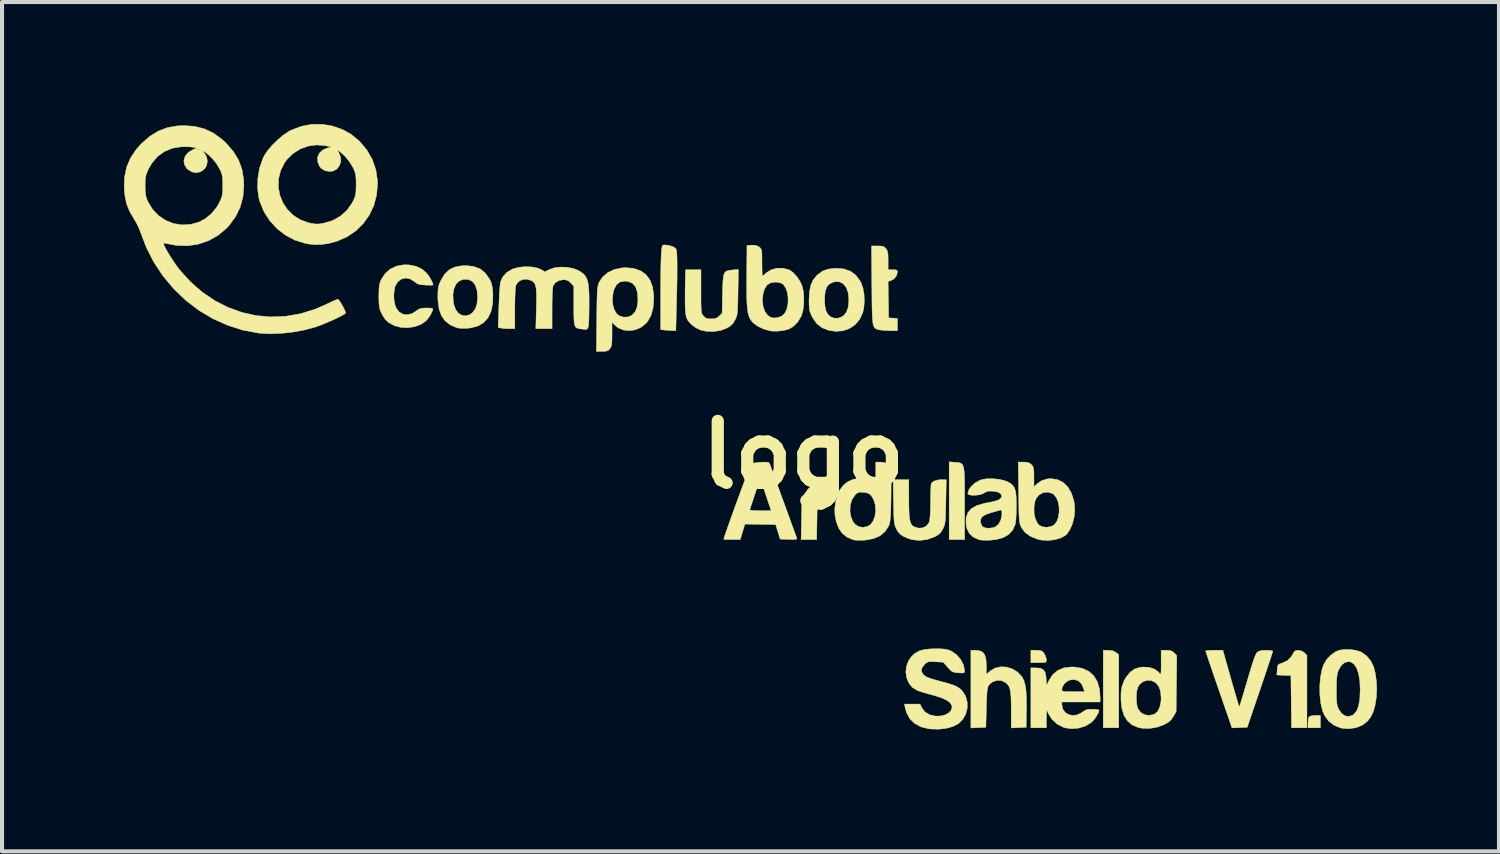
<source format=kicad_pcb>
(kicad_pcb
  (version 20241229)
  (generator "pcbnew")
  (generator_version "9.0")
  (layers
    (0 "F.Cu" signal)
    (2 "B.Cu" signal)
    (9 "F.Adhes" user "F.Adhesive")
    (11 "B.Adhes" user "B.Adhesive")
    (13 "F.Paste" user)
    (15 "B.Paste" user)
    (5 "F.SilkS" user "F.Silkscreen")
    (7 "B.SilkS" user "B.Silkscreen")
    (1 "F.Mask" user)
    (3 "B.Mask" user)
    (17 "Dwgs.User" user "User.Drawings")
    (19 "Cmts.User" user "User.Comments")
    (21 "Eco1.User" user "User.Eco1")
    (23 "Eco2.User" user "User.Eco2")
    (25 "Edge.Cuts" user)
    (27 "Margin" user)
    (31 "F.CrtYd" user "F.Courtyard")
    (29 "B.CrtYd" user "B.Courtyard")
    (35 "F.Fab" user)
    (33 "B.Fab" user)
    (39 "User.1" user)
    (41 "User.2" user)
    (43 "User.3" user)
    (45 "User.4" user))
  (footprint "logo"
    (layer "F.Cu")
    (at 16.702 8.133)
    (property "Reference" "logo" (at 0 0 0) (layer "F.SilkS") (effects (font (size 1.524 1.524) (thickness 0.3))))
    (attr through_hole)
    (fp_poly (pts (xy 7.608 4.818) (xy 7.688 4.858) (xy 7.755 4.911) (xy 7.755 6.712) (xy 7.373 6.712) (xy 7.373 4.805) (xy 7.497 4.805) (xy 7.608 4.818)) (stroke (width 0.01) (type solid)) (fill yes) (layer "F.SilkS"))
    (fp_poly (pts (xy 12.713 6.712) (xy 12.408 6.712) (xy 12.408 6.59) (xy 12.414 6.512) (xy 12.429 6.453) (xy 12.438 6.438) (xy 12.48 6.42) (xy 12.552 6.409) (xy 12.591 6.407) (xy 12.713 6.407) (xy 12.713 6.712)) (stroke (width 0.01) (type solid)) (fill yes) (layer "F.SilkS"))
    (fp_poly (pts (xy 5.785 4.809) (xy 5.847 4.818) (xy 5.859 4.821) (xy 5.906 4.861) (xy 5.947 4.931) (xy 5.972 5.011) (xy 5.975 5.046) (xy 5.973 5.079) (xy 5.959 5.098) (xy 5.923 5.107) (xy 5.854 5.11) (xy 5.784 5.111) (xy 5.594 5.111) (xy 5.594 4.805) (xy 5.706 4.805) (xy 5.785 4.809)) (stroke (width 0.01) (type solid)) (fill yes) (layer "F.SilkS"))
    (fp_poly (pts (xy 3.729 0.184) (xy 3.789 0.188) (xy 3.838 0.195) (xy 3.877 0.208) (xy 3.907 0.233) (xy 3.929 0.274) (xy 3.945 0.336) (xy 3.956 0.424) (xy 3.962 0.542) (xy 3.965 0.695) (xy 3.966 0.889) (xy 3.966 1.127) (xy 3.966 1.198) (xy 3.966 2.085) (xy 3.585 2.085) (xy 3.585 0.172) (xy 3.729 0.184)) (stroke (width 0.01) (type solid)) (fill yes) (layer "F.SilkS"))
    (fp_poly (pts (xy 12.266 4.828) (xy 12.32 4.868) (xy 12.382 4.93) (xy 12.382 6.712) (xy 12.002 6.712) (xy 11.988 5.428) (xy 11.815 5.421) (xy 11.642 5.413) (xy 11.65 5.284) (xy 11.656 5.207) (xy 11.672 5.165) (xy 11.708 5.141) (xy 11.768 5.121) (xy 11.9 5.061) (xy 11.996 4.965) (xy 12.039 4.891) (xy 12.074 4.833) (xy 12.118 4.809) (xy 12.168 4.805) (xy 12.266 4.828)) (stroke (width 0.01) (type solid)) (fill yes) (layer "F.SilkS"))
    (fp_poly (pts (xy 0.763 1.017) (xy 0.624 1.017) (xy 0.529 1.023) (xy 0.462 1.045) (xy 0.415 1.078) (xy 0.343 1.14) (xy 0.335 1.612) (xy 0.327 2.085) (xy -0.055 2.085) (xy -0.046 1.583) (xy -0.043 1.408) (xy -0.039 1.276) (xy -0.034 1.179) (xy -0.026 1.108) (xy -0.015 1.056) (xy -0.001 1.014) (xy 0.017 0.979) (xy 0.122 0.834) (xy 0.26 0.726) (xy 0.434 0.654) (xy 0.604 0.621) (xy 0.763 0.604) (xy 0.763 1.017)) (stroke (width 0.01) (type solid)) (fill yes) (layer "F.SilkS"))
    (fp_poly (pts (xy -3.314 -5.151) (xy -3.222 -5.124) (xy -3.153 -5.088) (xy -3.128 -5.06) (xy -3.117 -5.016) (xy -3.109 -4.929) (xy -3.105 -4.797) (xy -3.103 -4.62) (xy -3.104 -4.396) (xy -3.108 -4.124) (xy -3.116 -3.803) (xy -3.119 -3.68) (xy -3.135 -3.051) (xy -3.239 -3.055) (xy -3.331 -3.061) (xy -3.417 -3.068) (xy -3.426 -3.069) (xy -3.509 -3.08) (xy -3.509 -3.926) (xy -3.508 -4.139) (xy -3.507 -4.344) (xy -3.505 -4.534) (xy -3.502 -4.701) (xy -3.498 -4.837) (xy -3.494 -4.934) (xy -3.492 -4.967) (xy -3.483 -5.065) (xy -3.473 -5.123) (xy -3.458 -5.151) (xy -3.433 -5.16) (xy -3.41 -5.161) (xy -3.314 -5.151)) (stroke (width 0.01) (type solid)) (fill yes) (layer "F.SilkS"))
    (fp_poly (pts (xy 1.917 -5.133) (xy 1.972 -5.121) (xy 2.01 -5.094) (xy 2.032 -5.069) (xy 2.059 -5.027) (xy 2.075 -4.976) (xy 2.083 -4.902) (xy 2.085 -4.792) (xy 2.085 -4.777) (xy 2.085 -4.551) (xy 2.199 -4.551) (xy 2.271 -4.548) (xy 2.305 -4.534) (xy 2.314 -4.504) (xy 2.314 -4.501) (xy 2.291 -4.402) (xy 2.228 -4.325) (xy 2.169 -4.292) (xy 2.084 -4.261) (xy 2.091 -3.815) (xy 2.098 -3.369) (xy 2.206 -3.361) (xy 2.314 -3.353) (xy 2.314 -3.051) (xy 2.117 -3.053) (xy 2.01 -3.057) (xy 1.914 -3.066) (xy 1.847 -3.077) (xy 1.843 -3.078) (xy 1.806 -3.09) (xy 1.775 -3.104) (xy 1.751 -3.126) (xy 1.731 -3.16) (xy 1.716 -3.211) (xy 1.705 -3.284) (xy 1.697 -3.383) (xy 1.692 -3.513) (xy 1.688 -3.679) (xy 1.686 -3.886) (xy 1.684 -4.139) (xy 1.683 -4.176) (xy 1.676 -5.136) (xy 1.828 -5.136) (xy 1.917 -5.133)) (stroke (width 0.01) (type solid)) (fill yes) (layer "F.SilkS"))
    (fp_poly (pts (xy 4.328 4.815) (xy 4.406 4.849) (xy 4.458 4.912) (xy 4.488 5.011) (xy 4.5 5.151) (xy 4.5 5.206) (xy 4.5 5.395) (xy 4.589 5.318) (xy 4.708 5.245) (xy 4.846 5.212) (xy 4.991 5.217) (xy 5.133 5.26) (xy 5.262 5.337) (xy 5.367 5.447) (xy 5.378 5.463) (xy 5.42 5.542) (xy 5.45 5.641) (xy 5.472 5.767) (xy 5.484 5.926) (xy 5.488 6.124) (xy 5.486 6.293) (xy 5.479 6.7) (xy 5.295 6.707) (xy 5.111 6.715) (xy 5.111 6.268) (xy 5.109 6.08) (xy 5.104 5.935) (xy 5.093 5.826) (xy 5.076 5.744) (xy 5.05 5.684) (xy 5.014 5.636) (xy 4.97 5.598) (xy 4.873 5.551) (xy 4.765 5.545) (xy 4.66 5.578) (xy 4.574 5.646) (xy 4.558 5.667) (xy 4.542 5.698) (xy 4.529 5.742) (xy 4.519 5.806) (xy 4.512 5.897) (xy 4.506 6.024) (xy 4.501 6.193) (xy 4.5 6.217) (xy 4.488 6.7) (xy 4.119 6.715) (xy 4.119 4.805) (xy 4.219 4.805) (xy 4.328 4.815)) (stroke (width 0.01) (type solid)) (fill yes) (layer "F.SilkS"))
    (fp_poly (pts (xy 10.513 5.506) (xy 10.564 5.684) (xy 10.611 5.846) (xy 10.651 5.984) (xy 10.684 6.092) (xy 10.707 6.165) (xy 10.719 6.196) (xy 10.72 6.196) (xy 10.729 6.171) (xy 10.751 6.102) (xy 10.782 5.998) (xy 10.822 5.865) (xy 10.869 5.708) (xy 10.918 5.542) (xy 10.98 5.332) (xy 11.03 5.167) (xy 11.072 5.041) (xy 11.105 4.951) (xy 11.133 4.891) (xy 11.156 4.857) (xy 11.162 4.851) (xy 11.218 4.822) (xy 11.303 4.808) (xy 11.381 4.805) (xy 11.464 4.809) (xy 11.523 4.817) (xy 11.543 4.828) (xy 11.535 4.857) (xy 11.513 4.928) (xy 11.477 5.036) (xy 11.43 5.177) (xy 11.375 5.344) (xy 11.311 5.532) (xy 11.242 5.737) (xy 11.229 5.775) (xy 10.914 6.7) (xy 10.539 6.714) (xy 10.215 5.777) (xy 10.143 5.569) (xy 10.077 5.377) (xy 10.018 5.204) (xy 9.968 5.058) (xy 9.929 4.942) (xy 9.903 4.863) (xy 9.891 4.825) (xy 9.89 4.822) (xy 9.914 4.815) (xy 9.976 4.809) (xy 10.066 4.806) (xy 10.103 4.805) (xy 10.316 4.805) (xy 10.513 5.506)) (stroke (width 0.01) (type solid)) (fill yes) (layer "F.SilkS"))
    (fp_poly (pts (xy -1.606 -4.001) (xy -1.609 -3.818) (xy -1.612 -3.678) (xy -1.617 -3.574) (xy -1.623 -3.496) (xy -1.632 -3.438) (xy -1.645 -3.392) (xy -1.662 -3.351) (xy -1.678 -3.318) (xy -1.729 -3.233) (xy -1.791 -3.171) (xy -1.881 -3.116) (xy -2.033 -3.059) (xy -2.208 -3.031) (xy -2.384 -3.036) (xy -2.523 -3.067) (xy -2.644 -3.125) (xy -2.753 -3.205) (xy -2.835 -3.297) (xy -2.873 -3.37) (xy -2.888 -3.43) (xy -2.898 -3.515) (xy -2.905 -3.629) (xy -2.908 -3.778) (xy -2.908 -3.968) (xy -2.905 -4.202) (xy -2.898 -4.551) (xy -2.517 -4.551) (xy -2.517 -4.019) (xy -2.517 -3.841) (xy -2.516 -3.707) (xy -2.513 -3.61) (xy -2.509 -3.541) (xy -2.501 -3.494) (xy -2.489 -3.461) (xy -2.473 -3.436) (xy -2.456 -3.415) (xy -2.409 -3.37) (xy -2.357 -3.349) (xy -2.277 -3.343) (xy -2.266 -3.343) (xy -2.178 -3.349) (xy -2.118 -3.371) (xy -2.068 -3.413) (xy -1.998 -3.482) (xy -1.988 -3.954) (xy -1.983 -4.139) (xy -1.976 -4.279) (xy -1.965 -4.381) (xy -1.947 -4.452) (xy -1.919 -4.497) (xy -1.878 -4.523) (xy -1.823 -4.537) (xy -1.75 -4.545) (xy -1.744 -4.546) (xy -1.597 -4.558) (xy -1.606 -4.001)) (stroke (width 0.01) (type solid)) (fill yes) (layer "F.SilkS"))
    (fp_poly (pts (xy 2.594 1.074) (xy 2.595 1.275) (xy 2.6 1.431) (xy 2.609 1.549) (xy 2.625 1.635) (xy 2.647 1.696) (xy 2.678 1.737) (xy 2.717 1.765) (xy 2.72 1.767) (xy 2.831 1.802) (xy 2.936 1.795) (xy 3.025 1.75) (xy 3.086 1.672) (xy 3.101 1.634) (xy 3.11 1.575) (xy 3.118 1.478) (xy 3.124 1.352) (xy 3.127 1.209) (xy 3.128 1.131) (xy 3.129 0.991) (xy 3.132 0.869) (xy 3.137 0.772) (xy 3.143 0.712) (xy 3.147 0.697) (xy 3.208 0.647) (xy 3.308 0.617) (xy 3.395 0.61) (xy 3.514 0.61) (xy 3.505 1.151) (xy 3.501 1.331) (xy 3.498 1.468) (xy 3.493 1.571) (xy 3.486 1.647) (xy 3.476 1.704) (xy 3.462 1.75) (xy 3.444 1.793) (xy 3.432 1.818) (xy 3.386 1.897) (xy 3.333 1.952) (xy 3.255 2.002) (xy 3.222 2.018) (xy 3.045 2.082) (xy 2.858 2.105) (xy 2.677 2.087) (xy 2.603 2.065) (xy 2.475 2.012) (xy 2.385 1.956) (xy 2.322 1.885) (xy 2.28 1.809) (xy 2.261 1.765) (xy 2.247 1.718) (xy 2.237 1.661) (xy 2.229 1.585) (xy 2.224 1.482) (xy 2.22 1.345) (xy 2.217 1.166) (xy 2.216 1.151) (xy 2.208 0.61) (xy 2.593 0.61) (xy 2.594 1.074)) (stroke (width 0.01) (type solid)) (fill yes) (layer "F.SilkS"))
    (fp_poly (pts (xy -8.103 -4.632) (xy -7.948 -4.573) (xy -7.821 -4.471) (xy -7.719 -4.327) (xy -7.709 -4.31) (xy -7.674 -4.23) (xy -7.652 -4.146) (xy -7.638 -4.041) (xy -7.633 -3.951) (xy -7.639 -3.72) (xy -7.679 -3.526) (xy -7.754 -3.368) (xy -7.864 -3.247) (xy -8.007 -3.164) (xy -8.184 -3.119) (xy -8.273 -3.111) (xy -8.375 -3.11) (xy -8.465 -3.115) (xy -8.522 -3.125) (xy -8.684 -3.196) (xy -8.809 -3.294) (xy -8.899 -3.423) (xy -8.957 -3.586) (xy -8.984 -3.787) (xy -8.987 -3.892) (xy -8.986 -3.935) (xy -8.615 -3.935) (xy -8.606 -3.768) (xy -8.592 -3.69) (xy -8.547 -3.568) (xy -8.477 -3.479) (xy -8.389 -3.428) (xy -8.291 -3.418) (xy -8.192 -3.452) (xy -8.139 -3.492) (xy -8.067 -3.584) (xy -8.025 -3.704) (xy -8.009 -3.861) (xy -8.009 -3.881) (xy -8.024 -4.047) (xy -8.068 -4.175) (xy -8.138 -4.264) (xy -8.234 -4.311) (xy -8.354 -4.315) (xy -8.359 -4.314) (xy -8.463 -4.274) (xy -8.541 -4.194) (xy -8.592 -4.079) (xy -8.615 -3.935) (xy -8.986 -3.935) (xy -8.985 -4.011) (xy -8.978 -4.097) (xy -8.963 -4.167) (xy -8.934 -4.24) (xy -8.905 -4.301) (xy -8.816 -4.446) (xy -8.709 -4.549) (xy -8.577 -4.615) (xy -8.413 -4.647) (xy -8.289 -4.652) (xy -8.103 -4.632)) (stroke (width 0.01) (type solid)) (fill yes) (layer "F.SilkS"))
    (fp_poly (pts (xy 1.002 -4.57) (xy 1.159 -4.514) (xy 1.288 -4.419) (xy 1.393 -4.28) (xy 1.417 -4.236) (xy 1.465 -4.105) (xy 1.493 -3.944) (xy 1.5 -3.772) (xy 1.486 -3.606) (xy 1.461 -3.497) (xy 1.385 -3.332) (xy 1.274 -3.201) (xy 1.134 -3.105) (xy 0.971 -3.049) (xy 0.792 -3.035) (xy 0.61 -3.065) (xy 0.456 -3.127) (xy 0.334 -3.222) (xy 0.237 -3.357) (xy 0.216 -3.395) (xy 0.181 -3.469) (xy 0.159 -3.531) (xy 0.147 -3.599) (xy 0.141 -3.687) (xy 0.14 -3.81) (xy 0.14 -3.814) (xy 0.522 -3.814) (xy 0.531 -3.656) (xy 0.558 -3.538) (xy 0.606 -3.452) (xy 0.667 -3.396) (xy 0.759 -3.36) (xy 0.864 -3.362) (xy 0.963 -3.403) (xy 0.989 -3.421) (xy 1.056 -3.502) (xy 1.098 -3.611) (xy 1.117 -3.758) (xy 1.118 -3.827) (xy 1.102 -3.983) (xy 1.058 -4.109) (xy 0.988 -4.2) (xy 0.898 -4.251) (xy 0.791 -4.259) (xy 0.726 -4.243) (xy 0.637 -4.198) (xy 0.576 -4.129) (xy 0.54 -4.029) (xy 0.524 -3.892) (xy 0.522 -3.814) (xy 0.14 -3.814) (xy 0.15 -4.007) (xy 0.181 -4.163) (xy 0.236 -4.29) (xy 0.318 -4.397) (xy 0.356 -4.433) (xy 0.47 -4.516) (xy 0.602 -4.565) (xy 0.762 -4.585) (xy 0.814 -4.587) (xy 1.002 -4.57)) (stroke (width 0.01) (type solid)) (fill yes) (layer "F.SilkS"))
    (fp_poly (pts (xy 9.014 4.811) (xy 9.075 4.834) (xy 9.118 4.87) (xy 9.182 4.934) (xy 9.166 6.318) (xy 9.096 6.437) (xy 9.043 6.514) (xy 8.978 6.572) (xy 8.884 6.626) (xy 8.865 6.636) (xy 8.693 6.698) (xy 8.508 6.728) (xy 8.328 6.723) (xy 8.236 6.705) (xy 8.086 6.641) (xy 7.969 6.543) (xy 7.885 6.409) (xy 7.832 6.237) (xy 7.81 6.047) (xy 7.81 5.921) (xy 8.188 5.921) (xy 8.189 6.052) (xy 8.205 6.171) (xy 8.228 6.245) (xy 8.297 6.336) (xy 8.393 6.391) (xy 8.505 6.407) (xy 8.621 6.38) (xy 8.643 6.37) (xy 8.713 6.307) (xy 8.764 6.203) (xy 8.792 6.069) (xy 8.797 5.974) (xy 8.782 5.813) (xy 8.736 5.689) (xy 8.658 5.599) (xy 8.657 5.598) (xy 8.56 5.551) (xy 8.453 5.545) (xy 8.35 5.578) (xy 8.266 5.647) (xy 8.229 5.704) (xy 8.201 5.798) (xy 8.188 5.921) (xy 7.81 5.921) (xy 7.81 5.855) (xy 7.833 5.698) (xy 7.881 5.563) (xy 7.937 5.465) (xy 8.036 5.344) (xy 8.143 5.267) (xy 8.272 5.226) (xy 8.351 5.217) (xy 8.502 5.225) (xy 8.632 5.267) (xy 8.732 5.339) (xy 8.757 5.37) (xy 8.774 5.39) (xy 8.785 5.391) (xy 8.792 5.365) (xy 8.796 5.306) (xy 8.797 5.207) (xy 8.797 5.116) (xy 8.797 4.805) (xy 8.925 4.805) (xy 9.014 4.811)) (stroke (width 0.01) (type solid)) (fill yes) (layer "F.SilkS"))
    (fp_poly (pts (xy -9.696 -4.67) (xy -9.516 -4.634) (xy -9.368 -4.561) (xy -9.259 -4.463) (xy -9.208 -4.396) (xy -9.159 -4.315) (xy -9.121 -4.239) (xy -9.103 -4.183) (xy -9.102 -4.177) (xy -9.126 -4.172) (xy -9.187 -4.171) (xy -9.274 -4.173) (xy -9.289 -4.174) (xy -9.391 -4.181) (xy -9.459 -4.195) (xy -9.512 -4.22) (xy -9.566 -4.263) (xy -9.57 -4.265) (xy -9.674 -4.328) (xy -9.783 -4.346) (xy -9.885 -4.32) (xy -9.972 -4.255) (xy -10.033 -4.153) (xy -10.042 -4.124) (xy -10.067 -3.976) (xy -10.065 -3.822) (xy -10.039 -3.681) (xy -10.011 -3.609) (xy -9.938 -3.512) (xy -9.842 -3.457) (xy -9.732 -3.445) (xy -9.615 -3.476) (xy -9.507 -3.545) (xy -9.454 -3.582) (xy -9.398 -3.602) (xy -9.319 -3.61) (xy -9.264 -3.61) (xy -9.176 -3.609) (xy -9.128 -3.604) (xy -9.111 -3.59) (xy -9.113 -3.563) (xy -9.116 -3.553) (xy -9.161 -3.452) (xy -9.23 -3.348) (xy -9.285 -3.287) (xy -9.407 -3.205) (xy -9.558 -3.15) (xy -9.725 -3.126) (xy -9.894 -3.133) (xy -10.05 -3.174) (xy -10.081 -3.188) (xy -10.197 -3.253) (xy -10.282 -3.333) (xy -10.352 -3.441) (xy -10.379 -3.496) (xy -10.406 -3.563) (xy -10.423 -3.629) (xy -10.433 -3.711) (xy -10.437 -3.82) (xy -10.437 -3.903) (xy -10.435 -4.038) (xy -10.429 -4.136) (xy -10.416 -4.21) (xy -10.394 -4.274) (xy -10.383 -4.299) (xy -10.287 -4.452) (xy -10.159 -4.567) (xy -10.002 -4.641) (xy -9.822 -4.673) (xy -9.696 -4.67)) (stroke (width 0.01) (type solid)) (fill yes) (layer "F.SilkS"))
    (fp_poly (pts (xy -4.165 -4.583) (xy -4 -4.525) (xy -3.868 -4.43) (xy -3.77 -4.297) (xy -3.707 -4.127) (xy -3.678 -3.92) (xy -3.677 -3.827) (xy -3.695 -3.608) (xy -3.746 -3.426) (xy -3.83 -3.278) (xy -3.869 -3.232) (xy -3.99 -3.135) (xy -4.129 -3.075) (xy -4.275 -3.052) (xy -4.419 -3.067) (xy -4.549 -3.12) (xy -4.64 -3.193) (xy -4.704 -3.262) (xy -4.704 -2.969) (xy -4.705 -2.839) (xy -4.709 -2.749) (xy -4.718 -2.688) (xy -4.733 -2.646) (xy -4.756 -2.611) (xy -4.756 -2.61) (xy -4.795 -2.57) (xy -4.842 -2.55) (xy -4.914 -2.543) (xy -4.949 -2.543) (xy -5.088 -2.543) (xy -5.08 -3.337) (xy -5.078 -3.561) (xy -5.075 -3.74) (xy -5.073 -3.827) (xy -4.695 -3.827) (xy -4.683 -3.683) (xy -4.645 -3.559) (xy -4.584 -3.463) (xy -4.529 -3.42) (xy -4.423 -3.386) (xy -4.312 -3.39) (xy -4.216 -3.431) (xy -4.208 -3.437) (xy -4.136 -3.516) (xy -4.091 -3.623) (xy -4.07 -3.765) (xy -4.068 -3.841) (xy -4.082 -4.007) (xy -4.125 -4.131) (xy -4.198 -4.215) (xy -4.302 -4.261) (xy -4.402 -4.271) (xy -4.509 -4.249) (xy -4.593 -4.183) (xy -4.653 -4.072) (xy -4.678 -3.98) (xy -4.695 -3.827) (xy -5.073 -3.827) (xy -5.072 -3.88) (xy -5.068 -3.987) (xy -5.063 -4.068) (xy -5.055 -4.128) (xy -5.046 -4.174) (xy -5.034 -4.212) (xy -5.019 -4.247) (xy -4.931 -4.378) (xy -4.805 -4.483) (xy -4.648 -4.557) (xy -4.467 -4.596) (xy -4.364 -4.602) (xy -4.165 -4.583)) (stroke (width 0.01) (type solid)) (fill yes) (layer "F.SilkS"))
    (fp_poly (pts (xy 13.449 4.787) (xy 13.592 4.808) (xy 13.711 4.847) (xy 13.721 4.852) (xy 13.847 4.942) (xy 13.952 5.067) (xy 14.021 5.209) (xy 14.063 5.374) (xy 14.09 5.567) (xy 14.099 5.769) (xy 14.089 5.959) (xy 14.087 5.977) (xy 14.055 6.172) (xy 14.009 6.327) (xy 13.947 6.451) (xy 13.87 6.55) (xy 13.743 6.647) (xy 13.589 6.709) (xy 13.417 6.735) (xy 13.239 6.721) (xy 13.209 6.714) (xy 13.049 6.65) (xy 12.915 6.546) (xy 12.813 6.407) (xy 12.764 6.289) (xy 12.721 6.101) (xy 12.699 5.89) (xy 12.699 5.784) (xy 13.107 5.784) (xy 13.108 5.93) (xy 13.111 6.036) (xy 13.118 6.113) (xy 13.13 6.172) (xy 13.149 6.223) (xy 13.165 6.257) (xy 13.235 6.359) (xy 13.32 6.418) (xy 13.413 6.432) (xy 13.508 6.4) (xy 13.534 6.381) (xy 13.603 6.298) (xy 13.652 6.173) (xy 13.681 6.003) (xy 13.691 5.787) (xy 13.691 5.784) (xy 13.682 5.567) (xy 13.653 5.388) (xy 13.606 5.247) (xy 13.542 5.149) (xy 13.463 5.095) (xy 13.404 5.085) (xy 13.308 5.109) (xy 13.225 5.18) (xy 13.16 5.291) (xy 13.153 5.308) (xy 13.133 5.371) (xy 13.12 5.445) (xy 13.111 5.54) (xy 13.108 5.668) (xy 13.107 5.784) (xy 12.699 5.784) (xy 12.698 5.672) (xy 12.716 5.46) (xy 12.754 5.271) (xy 12.794 5.156) (xy 12.865 5.036) (xy 12.966 4.927) (xy 13.08 4.844) (xy 13.174 4.804) (xy 13.302 4.785) (xy 13.449 4.787)) (stroke (width 0.01) (type solid)) (fill yes) (layer "F.SilkS"))
    (fp_poly (pts (xy 2.02 0.196) (xy 2.103 0.251) (xy 2.15 0.339) (xy 2.15 0.342) (xy 2.154 0.384) (xy 2.157 0.469) (xy 2.159 0.589) (xy 2.159 0.737) (xy 2.158 0.903) (xy 2.156 1.022) (xy 2.153 1.223) (xy 2.149 1.379) (xy 2.143 1.499) (xy 2.136 1.589) (xy 2.127 1.655) (xy 2.116 1.704) (xy 2.102 1.742) (xy 2.014 1.882) (xy 1.891 1.988) (xy 1.731 2.059) (xy 1.534 2.096) (xy 1.476 2.1) (xy 1.373 2.102) (xy 1.283 2.098) (xy 1.223 2.089) (xy 1.22 2.088) (xy 1.069 2.021) (xy 0.953 1.926) (xy 0.867 1.8) (xy 0.807 1.636) (xy 0.776 1.472) (xy 0.774 1.37) (xy 1.146 1.37) (xy 1.166 1.512) (xy 1.218 1.639) (xy 1.272 1.708) (xy 1.363 1.766) (xy 1.47 1.783) (xy 1.578 1.76) (xy 1.648 1.717) (xy 1.717 1.628) (xy 1.76 1.508) (xy 1.777 1.372) (xy 1.768 1.233) (xy 1.731 1.104) (xy 1.669 1.001) (xy 1.615 0.955) (xy 1.542 0.93) (xy 1.481 0.922) (xy 1.399 0.917) (xy 1.346 0.928) (xy 1.3 0.96) (xy 1.275 0.984) (xy 1.2 1.092) (xy 1.157 1.225) (xy 1.146 1.37) (xy 0.774 1.37) (xy 0.773 1.325) (xy 0.793 1.161) (xy 0.834 1.003) (xy 0.888 0.877) (xy 0.985 0.747) (xy 1.105 0.653) (xy 1.241 0.598) (xy 1.382 0.582) (xy 1.522 0.609) (xy 1.65 0.679) (xy 1.68 0.704) (xy 1.78 0.794) (xy 1.78 0.178) (xy 1.902 0.178) (xy 2.02 0.196)) (stroke (width 0.01) (type solid)) (fill yes) (layer "F.SilkS"))
    (fp_poly (pts (xy 5.505 0.184) (xy 5.565 0.206) (xy 5.607 0.24) (xy 5.637 0.274) (xy 5.655 0.311) (xy 5.665 0.364) (xy 5.669 0.445) (xy 5.67 0.544) (xy 5.67 0.786) (xy 5.734 0.722) (xy 5.852 0.638) (xy 5.997 0.592) (xy 6.089 0.585) (xy 6.247 0.608) (xy 6.385 0.676) (xy 6.5 0.787) (xy 6.589 0.936) (xy 6.649 1.122) (xy 6.664 1.196) (xy 6.674 1.359) (xy 6.658 1.528) (xy 6.618 1.69) (xy 6.558 1.832) (xy 6.482 1.944) (xy 6.443 1.981) (xy 6.326 2.046) (xy 6.178 2.088) (xy 6.015 2.106) (xy 5.854 2.096) (xy 5.753 2.073) (xy 5.578 2.001) (xy 5.448 1.906) (xy 5.362 1.789) (xy 5.361 1.786) (xy 5.344 1.75) (xy 5.33 1.713) (xy 5.319 1.671) (xy 5.312 1.616) (xy 5.306 1.542) (xy 5.301 1.444) (xy 5.298 1.313) (xy 5.298 1.284) (xy 5.672 1.284) (xy 5.674 1.429) (xy 5.701 1.563) (xy 5.75 1.672) (xy 5.804 1.735) (xy 5.884 1.77) (xy 5.985 1.78) (xy 6.086 1.764) (xy 6.16 1.729) (xy 6.227 1.648) (xy 6.269 1.538) (xy 6.289 1.411) (xy 6.287 1.278) (xy 6.263 1.152) (xy 6.217 1.045) (xy 6.151 0.968) (xy 6.125 0.952) (xy 6.01 0.918) (xy 5.898 0.929) (xy 5.799 0.981) (xy 5.725 1.069) (xy 5.696 1.139) (xy 5.672 1.284) (xy 5.298 1.284) (xy 5.296 1.145) (xy 5.293 0.933) (xy 5.293 0.922) (xy 5.285 0.178) (xy 5.415 0.178) (xy 5.505 0.184)) (stroke (width 0.01) (type solid)) (fill yes) (layer "F.SilkS"))
    (fp_poly (pts (xy -0.882 0.182) (xy -0.847 0.193) (xy -0.83 0.214) (xy -0.828 0.22) (xy -0.815 0.254) (xy -0.787 0.33) (xy -0.746 0.443) (xy -0.694 0.586) (xy -0.632 0.755) (xy -0.564 0.943) (xy -0.49 1.144) (xy -0.417 1.345) (xy -0.349 1.532) (xy -0.289 1.698) (xy -0.237 1.84) (xy -0.197 1.95) (xy -0.17 2.023) (xy -0.159 2.054) (xy -0.159 2.054) (xy -0.164 2.07) (xy -0.198 2.079) (xy -0.271 2.082) (xy -0.358 2.08) (xy -0.57 2.072) (xy -0.681 1.716) (xy -1.437 1.703) (xy -1.494 1.894) (xy -1.552 2.085) (xy -1.755 2.085) (xy -1.849 2.084) (xy -1.92 2.08) (xy -1.956 2.075) (xy -1.958 2.073) (xy -1.949 2.041) (xy -1.925 1.967) (xy -1.888 1.859) (xy -1.84 1.723) (xy -1.784 1.565) (xy -1.722 1.392) (xy -1.703 1.341) (xy -1.316 1.341) (xy -1.309 1.356) (xy -1.27 1.366) (xy -1.194 1.371) (xy -1.074 1.373) (xy -1.06 1.373) (xy -0.792 1.373) (xy -0.913 1.011) (xy -0.956 0.881) (xy -0.995 0.766) (xy -1.025 0.677) (xy -1.043 0.621) (xy -1.047 0.61) (xy -1.059 0.62) (xy -1.083 0.67) (xy -1.116 0.755) (xy -1.157 0.866) (xy -1.182 0.941) (xy -1.225 1.071) (xy -1.263 1.186) (xy -1.293 1.275) (xy -1.312 1.33) (xy -1.316 1.341) (xy -1.703 1.341) (xy -1.656 1.211) (xy -1.589 1.028) (xy -1.523 0.849) (xy -1.46 0.681) (xy -1.403 0.53) (xy -1.354 0.403) (xy -1.316 0.306) (xy -1.291 0.246) (xy -1.282 0.229) (xy -1.227 0.204) (xy -1.122 0.187) (xy -1.045 0.182) (xy -0.944 0.179) (xy -0.882 0.182)) (stroke (width 0.01) (type solid)) (fill yes) (layer "F.SilkS"))
    (fp_poly (pts (xy 6.67 5.217) (xy 6.86 5.25) (xy 7.017 5.322) (xy 7.14 5.431) (xy 7.228 5.576) (xy 7.281 5.756) (xy 7.297 5.951) (xy 7.297 6.077) (xy 6.356 6.077) (xy 6.356 6.142) (xy 6.378 6.249) (xy 6.436 6.332) (xy 6.521 6.386) (xy 6.623 6.408) (xy 6.732 6.394) (xy 6.839 6.341) (xy 6.852 6.331) (xy 6.914 6.288) (xy 6.972 6.264) (xy 7.048 6.256) (xy 7.11 6.255) (xy 7.199 6.259) (xy 7.256 6.269) (xy 7.272 6.281) (xy 7.255 6.341) (xy 7.212 6.42) (xy 7.153 6.503) (xy 7.088 6.573) (xy 7.075 6.583) (xy 6.938 6.667) (xy 6.775 6.719) (xy 6.603 6.735) (xy 6.44 6.714) (xy 6.401 6.702) (xy 6.243 6.621) (xy 6.115 6.506) (xy 6.024 6.363) (xy 6.009 6.325) (xy 5.995 6.291) (xy 5.986 6.286) (xy 5.981 6.315) (xy 5.978 6.385) (xy 5.977 6.477) (xy 5.975 6.712) (xy 5.594 6.712) (xy 5.594 5.761) (xy 6.356 5.761) (xy 6.358 5.788) (xy 6.368 5.805) (xy 6.397 5.816) (xy 6.452 5.821) (xy 6.543 5.822) (xy 6.634 5.822) (xy 6.912 5.822) (xy 6.891 5.75) (xy 6.839 5.631) (xy 6.762 5.556) (xy 6.661 5.526) (xy 6.568 5.533) (xy 6.487 5.567) (xy 6.415 5.631) (xy 6.368 5.708) (xy 6.356 5.761) (xy 5.594 5.761) (xy 5.594 5.238) (xy 5.718 5.238) (xy 5.827 5.247) (xy 5.899 5.281) (xy 5.943 5.347) (xy 5.966 5.452) (xy 5.97 5.502) (xy 5.981 5.672) (xy 6.038 5.549) (xy 6.13 5.406) (xy 6.253 5.302) (xy 6.406 5.238) (xy 6.59 5.215) (xy 6.67 5.217)) (stroke (width 0.01) (type solid)) (fill yes) (layer "F.SilkS"))
    (fp_poly (pts (xy -1.176 -5.153) (xy -1.107 -5.125) (xy -1.086 -5.11) (xy -1.058 -5.086) (xy -1.038 -5.061) (xy -1.027 -5.025) (xy -1.02 -4.969) (xy -1.018 -4.882) (xy -1.017 -4.756) (xy -1.017 -4.727) (xy -1.016 -4.605) (xy -1.014 -4.503) (xy -1.011 -4.431) (xy -1.007 -4.399) (xy -1.006 -4.399) (xy -0.982 -4.414) (xy -0.935 -4.453) (xy -0.913 -4.473) (xy -0.796 -4.548) (xy -0.656 -4.587) (xy -0.507 -4.59) (xy -0.364 -4.554) (xy -0.328 -4.537) (xy -0.242 -4.473) (xy -0.156 -4.377) (xy -0.081 -4.264) (xy -0.033 -4.16) (xy -0.001 -4.026) (xy 0.013 -3.867) (xy 0.01 -3.701) (xy -0.01 -3.546) (xy -0.046 -3.421) (xy -0.048 -3.417) (xy -0.134 -3.271) (xy -0.246 -3.157) (xy -0.356 -3.093) (xy -0.478 -3.059) (xy -0.623 -3.041) (xy -0.767 -3.042) (xy -0.838 -3.052) (xy -0.982 -3.095) (xy -1.115 -3.159) (xy -1.224 -3.235) (xy -1.285 -3.303) (xy -1.316 -3.356) (xy -1.341 -3.417) (xy -1.361 -3.491) (xy -1.375 -3.584) (xy -1.385 -3.702) (xy -1.389 -3.801) (xy -1.007 -3.801) (xy -0.991 -3.654) (xy -0.947 -3.527) (xy -0.876 -3.43) (xy -0.801 -3.379) (xy -0.72 -3.365) (xy -0.622 -3.377) (xy -0.531 -3.411) (xy -0.516 -3.421) (xy -0.449 -3.493) (xy -0.402 -3.599) (xy -0.378 -3.726) (xy -0.375 -3.861) (xy -0.394 -3.992) (xy -0.435 -4.107) (xy -0.497 -4.192) (xy -0.517 -4.209) (xy -0.575 -4.231) (xy -0.657 -4.245) (xy -0.694 -4.246) (xy -0.809 -4.228) (xy -0.895 -4.172) (xy -0.956 -4.074) (xy -0.99 -3.96) (xy -1.007 -3.801) (xy -1.389 -3.801) (xy -1.391 -3.849) (xy -1.394 -4.033) (xy -1.394 -4.258) (xy -1.392 -4.413) (xy -1.386 -5.149) (xy -1.27 -5.156) (xy -1.176 -5.153)) (stroke (width 0.01) (type solid)) (fill yes) (layer "F.SilkS"))
    (fp_poly (pts (xy 4.795 0.6) (xy 4.932 0.628) (xy 5.022 0.663) (xy 5.099 0.707) (xy 5.155 0.757) (xy 5.194 0.819) (xy 5.219 0.903) (xy 5.232 1.017) (xy 5.237 1.169) (xy 5.238 1.258) (xy 5.236 1.396) (xy 5.231 1.522) (xy 5.224 1.625) (xy 5.215 1.692) (xy 5.213 1.701) (xy 5.149 1.846) (xy 5.049 1.958) (xy 4.911 2.037) (xy 4.735 2.084) (xy 4.6 2.098) (xy 4.492 2.101) (xy 4.396 2.098) (xy 4.329 2.09) (xy 4.318 2.087) (xy 4.179 2.024) (xy 4.082 1.935) (xy 4.023 1.816) (xy 4 1.704) (xy 4.001 1.594) (xy 4.358 1.594) (xy 4.359 1.664) (xy 4.383 1.73) (xy 4.417 1.773) (xy 4.483 1.798) (xy 4.574 1.804) (xy 4.669 1.79) (xy 4.727 1.768) (xy 4.801 1.704) (xy 4.855 1.604) (xy 4.88 1.484) (xy 4.882 1.45) (xy 4.879 1.384) (xy 4.867 1.357) (xy 4.838 1.359) (xy 4.824 1.363) (xy 4.77 1.379) (xy 4.687 1.403) (xy 4.602 1.427) (xy 4.475 1.472) (xy 4.394 1.526) (xy 4.358 1.594) (xy 4.001 1.594) (xy 4.001 1.551) (xy 4.044 1.424) (xy 4.13 1.323) (xy 4.259 1.248) (xy 4.433 1.197) (xy 4.449 1.193) (xy 4.596 1.165) (xy 4.7 1.141) (xy 4.771 1.12) (xy 4.817 1.098) (xy 4.842 1.078) (xy 4.876 1.034) (xy 4.873 0.994) (xy 4.847 0.954) (xy 4.801 0.921) (xy 4.716 0.901) (xy 4.667 0.895) (xy 4.575 0.892) (xy 4.512 0.902) (xy 4.458 0.931) (xy 4.448 0.937) (xy 4.388 0.967) (xy 4.306 0.986) (xy 4.217 0.995) (xy 4.135 0.994) (xy 4.072 0.981) (xy 4.043 0.957) (xy 4.043 0.952) (xy 4.066 0.864) (xy 4.129 0.774) (xy 4.221 0.692) (xy 4.334 0.629) (xy 4.383 0.61) (xy 4.5 0.589) (xy 4.644 0.586) (xy 4.795 0.6)) (stroke (width 0.01) (type solid)) (fill yes) (layer "F.SilkS"))
    (fp_poly (pts (xy -6.688 -4.621) (xy -6.551 -4.597) (xy -6.448 -4.556) (xy -6.354 -4.501) (xy -6.247 -4.556) (xy -6.123 -4.599) (xy -5.971 -4.617) (xy -5.81 -4.612) (xy -5.656 -4.582) (xy -5.566 -4.548) (xy -5.478 -4.502) (xy -5.408 -4.451) (xy -5.355 -4.389) (xy -5.316 -4.31) (xy -5.29 -4.208) (xy -5.275 -4.075) (xy -5.268 -3.907) (xy -5.267 -3.697) (xy -5.268 -3.61) (xy -5.27 -3.431) (xy -5.273 -3.297) (xy -5.279 -3.201) (xy -5.289 -3.138) (xy -5.307 -3.101) (xy -5.334 -3.085) (xy -5.373 -3.083) (xy -5.427 -3.09) (xy -5.466 -3.095) (xy -5.525 -3.104) (xy -5.569 -3.119) (xy -5.601 -3.146) (xy -5.622 -3.192) (xy -5.635 -3.263) (xy -5.642 -3.367) (xy -5.644 -3.51) (xy -5.644 -3.665) (xy -5.644 -4.144) (xy -5.716 -4.223) (xy -5.78 -4.28) (xy -5.851 -4.303) (xy -5.889 -4.306) (xy -6.001 -4.289) (xy -6.092 -4.238) (xy -6.151 -4.161) (xy -6.154 -4.154) (xy -6.162 -4.109) (xy -6.168 -4.023) (xy -6.174 -3.904) (xy -6.177 -3.761) (xy -6.178 -3.604) (xy -6.178 -3.596) (xy -6.178 -3.102) (xy -6.578 -3.102) (xy -6.565 -3.597) (xy -6.561 -3.793) (xy -6.562 -3.945) (xy -6.567 -4.059) (xy -6.58 -4.143) (xy -6.6 -4.202) (xy -6.629 -4.243) (xy -6.668 -4.274) (xy -6.689 -4.285) (xy -6.796 -4.318) (xy -6.901 -4.311) (xy -6.991 -4.268) (xy -7.055 -4.193) (xy -7.066 -4.167) (xy -7.076 -4.111) (xy -7.084 -4.012) (xy -7.09 -3.876) (xy -7.093 -3.71) (xy -7.094 -3.594) (xy -7.094 -3.102) (xy -7.24 -3.102) (xy -7.332 -3.105) (xy -7.411 -3.112) (xy -7.445 -3.118) (xy -7.503 -3.134) (xy -7.487 -3.645) (xy -7.48 -3.808) (xy -7.473 -3.96) (xy -7.464 -4.09) (xy -7.455 -4.19) (xy -7.447 -4.249) (xy -7.446 -4.253) (xy -7.389 -4.378) (xy -7.29 -4.485) (xy -7.154 -4.566) (xy -7.124 -4.578) (xy -6.991 -4.612) (xy -6.841 -4.626) (xy -6.688 -4.621)) (stroke (width 0.01) (type solid)) (fill yes) (layer "F.SilkS"))
    (fp_poly (pts (xy 3.384 4.77) (xy 3.477 4.777) (xy 3.548 4.791) (xy 3.612 4.814) (xy 3.644 4.829) (xy 3.766 4.913) (xy 3.867 5.029) (xy 3.936 5.163) (xy 3.965 5.301) (xy 3.965 5.311) (xy 3.963 5.344) (xy 3.946 5.36) (xy 3.904 5.365) (xy 3.824 5.361) (xy 3.813 5.36) (xy 3.727 5.351) (xy 3.67 5.335) (xy 3.621 5.3) (xy 3.562 5.237) (xy 3.55 5.224) (xy 3.44 5.099) (xy 3.246 5.089) (xy 3.147 5.085) (xy 3.083 5.089) (xy 3.04 5.103) (xy 3.002 5.131) (xy 2.976 5.157) (xy 2.915 5.241) (xy 2.903 5.32) (xy 2.941 5.393) (xy 2.956 5.407) (xy 2.995 5.438) (xy 3.044 5.466) (xy 3.111 5.493) (xy 3.205 5.523) (xy 3.336 5.559) (xy 3.41 5.579) (xy 3.566 5.623) (xy 3.683 5.66) (xy 3.768 5.696) (xy 3.833 5.735) (xy 3.886 5.781) (xy 3.911 5.808) (xy 3.991 5.936) (xy 4.03 6.08) (xy 4.03 6.232) (xy 3.991 6.378) (xy 3.915 6.51) (xy 3.813 6.609) (xy 3.68 6.678) (xy 3.513 6.725) (xy 3.323 6.746) (xy 3.122 6.74) (xy 3.085 6.736) (xy 2.898 6.691) (xy 2.742 6.608) (xy 2.621 6.492) (xy 2.538 6.343) (xy 2.504 6.222) (xy 2.486 6.128) (xy 2.869 6.128) (xy 2.915 6.222) (xy 2.993 6.324) (xy 3.107 6.391) (xy 3.246 6.423) (xy 3.372 6.422) (xy 3.484 6.395) (xy 3.575 6.345) (xy 3.635 6.279) (xy 3.656 6.201) (xy 3.651 6.168) (xy 3.612 6.1) (xy 3.529 6.036) (xy 3.4 5.976) (xy 3.222 5.918) (xy 3.165 5.903) (xy 3.043 5.869) (xy 2.929 5.836) (xy 2.839 5.807) (xy 2.796 5.791) (xy 2.678 5.716) (xy 2.592 5.61) (xy 2.539 5.481) (xy 2.52 5.339) (xy 2.536 5.195) (xy 2.59 5.057) (xy 2.66 4.958) (xy 2.748 4.878) (xy 2.848 4.822) (xy 2.971 4.787) (xy 3.127 4.771) (xy 3.254 4.768) (xy 3.384 4.77)) (stroke (width 0.01) (type solid)) (fill yes) (layer "F.SilkS"))
    (fp_poly (pts (xy -11.805 -8.125) (xy -11.584 -8.086) (xy -11.335 -8.001) (xy -11.117 -7.88) (xy -10.919 -7.716) (xy -10.907 -7.704) (xy -10.73 -7.493) (xy -10.597 -7.259) (xy -10.51 -7.007) (xy -10.471 -6.74) (xy -10.469 -6.663) (xy -10.492 -6.389) (xy -10.56 -6.132) (xy -10.671 -5.896) (xy -10.821 -5.686) (xy -11.005 -5.505) (xy -11.222 -5.359) (xy -11.466 -5.252) (xy -11.65 -5.202) (xy -11.839 -5.172) (xy -12.007 -5.166) (xy -12.18 -5.186) (xy -12.255 -5.201) (xy -12.504 -5.28) (xy -12.734 -5.402) (xy -12.941 -5.562) (xy -13.118 -5.754) (xy -13.259 -5.973) (xy -13.359 -6.213) (xy -13.385 -6.307) (xy -13.419 -6.544) (xy -13.418 -6.582) (xy -12.908 -6.582) (xy -12.872 -6.386) (xy -12.798 -6.202) (xy -12.689 -6.036) (xy -12.547 -5.894) (xy -12.375 -5.783) (xy -12.176 -5.709) (xy -12.123 -5.697) (xy -12.034 -5.681) (xy -11.967 -5.674) (xy -11.901 -5.678) (xy -11.814 -5.692) (xy -11.783 -5.698) (xy -11.573 -5.761) (xy -11.384 -5.868) (xy -11.222 -6.012) (xy -11.096 -6.189) (xy -11.064 -6.25) (xy -11.032 -6.326) (xy -11.012 -6.395) (xy -11.001 -6.474) (xy -10.997 -6.58) (xy -10.996 -6.649) (xy -10.998 -6.774) (xy -11.005 -6.865) (xy -11.02 -6.937) (xy -11.046 -7.008) (xy -11.063 -7.046) (xy -11.15 -7.193) (xy -11.261 -7.333) (xy -11.383 -7.444) (xy -11.396 -7.453) (xy -11.469 -7.506) (xy -11.417 -7.42) (xy -11.376 -7.312) (xy -11.374 -7.203) (xy -11.409 -7.104) (xy -11.473 -7.025) (xy -11.564 -6.977) (xy -11.636 -6.967) (xy -11.76 -6.985) (xy -11.852 -7.041) (xy -11.899 -7.099) (xy -11.944 -7.215) (xy -11.942 -7.326) (xy -11.896 -7.423) (xy -11.81 -7.499) (xy -11.729 -7.534) (xy -11.607 -7.57) (xy -11.758 -7.602) (xy -11.966 -7.62) (xy -12.172 -7.592) (xy -12.368 -7.521) (xy -12.545 -7.41) (xy -12.695 -7.264) (xy -12.759 -7.176) (xy -12.854 -6.983) (xy -12.903 -6.783) (xy -12.908 -6.582) (xy -13.418 -6.582) (xy -13.413 -6.794) (xy -13.372 -7.041) (xy -13.295 -7.27) (xy -13.254 -7.356) (xy -13.175 -7.477) (xy -13.063 -7.609) (xy -12.931 -7.739) (xy -12.792 -7.857) (xy -12.659 -7.948) (xy -12.601 -7.98) (xy -12.339 -8.079) (xy -12.073 -8.128) (xy -11.805 -8.125)) (stroke (width 0.01) (type solid)) (fill yes) (layer "F.SilkS"))
    (fp_poly (pts (xy -14.965 -8.076) (xy -14.725 -8.015) (xy -14.505 -7.911) (xy -14.297 -7.76) (xy -14.185 -7.656) (xy -14.011 -7.454) (xy -13.884 -7.243) (xy -13.802 -7.017) (xy -13.761 -6.768) (xy -13.755 -6.622) (xy -13.778 -6.345) (xy -13.846 -6.089) (xy -13.961 -5.853) (xy -14.123 -5.636) (xy -14.189 -5.565) (xy -14.393 -5.395) (xy -14.623 -5.266) (xy -14.871 -5.181) (xy -15.131 -5.14) (xy -15.395 -5.146) (xy -15.558 -5.175) (xy -15.642 -5.193) (xy -15.705 -5.202) (xy -15.732 -5.201) (xy -15.728 -5.173) (xy -15.7 -5.111) (xy -15.652 -5.024) (xy -15.592 -4.922) (xy -15.523 -4.813) (xy -15.45 -4.704) (xy -15.38 -4.606) (xy -15.339 -4.552) (xy -15.072 -4.256) (xy -14.782 -4.002) (xy -14.47 -3.791) (xy -14.142 -3.624) (xy -13.8 -3.501) (xy -13.447 -3.423) (xy -13.088 -3.392) (xy -12.725 -3.407) (xy -12.362 -3.47) (xy -12.002 -3.581) (xy -11.735 -3.698) (xy -11.627 -3.75) (xy -11.536 -3.792) (xy -11.471 -3.818) (xy -11.441 -3.826) (xy -11.441 -3.826) (xy -11.412 -3.795) (xy -11.372 -3.735) (xy -11.329 -3.661) (xy -11.29 -3.586) (xy -11.262 -3.523) (xy -11.253 -3.486) (xy -11.254 -3.483) (xy -11.302 -3.449) (xy -11.386 -3.403) (xy -11.497 -3.348) (xy -11.625 -3.29) (xy -11.758 -3.233) (xy -11.886 -3.182) (xy -11.999 -3.142) (xy -12.001 -3.141) (xy -12.263 -3.07) (xy -12.547 -3.018) (xy -12.835 -2.986) (xy -13.113 -2.976) (xy -13.364 -2.989) (xy -13.386 -2.992) (xy -13.779 -3.065) (xy -14.159 -3.186) (xy -14.52 -3.348) (xy -14.867 -3.555) (xy -15.19 -3.803) (xy -15.485 -4.087) (xy -15.748 -4.402) (xy -15.973 -4.743) (xy -16.157 -5.104) (xy -16.28 -5.429) (xy -16.332 -5.565) (xy -16.401 -5.706) (xy -16.457 -5.8) (xy -16.566 -5.987) (xy -16.64 -6.174) (xy -16.682 -6.379) (xy -16.697 -6.547) (xy -16.696 -6.611) (xy -16.183 -6.611) (xy -16.18 -6.486) (xy -16.172 -6.396) (xy -16.154 -6.321) (xy -16.124 -6.245) (xy -16.116 -6.226) (xy -16.001 -6.037) (xy -15.854 -5.882) (xy -15.68 -5.765) (xy -15.487 -5.688) (xy -15.28 -5.654) (xy -15.066 -5.666) (xy -14.868 -5.72) (xy -14.702 -5.807) (xy -14.55 -5.934) (xy -14.422 -6.091) (xy -14.36 -6.199) (xy -14.321 -6.282) (xy -14.296 -6.35) (xy -14.283 -6.42) (xy -14.277 -6.509) (xy -14.276 -6.623) (xy -14.278 -6.746) (xy -14.284 -6.834) (xy -14.298 -6.903) (xy -14.323 -6.971) (xy -14.351 -7.03) (xy -14.417 -7.141) (xy -14.504 -7.254) (xy -14.6 -7.355) (xy -14.691 -7.43) (xy -14.723 -7.45) (xy -14.785 -7.482) (xy -14.721 -7.413) (xy -14.67 -7.324) (xy -14.654 -7.217) (xy -14.672 -7.112) (xy -14.72 -7.032) (xy -14.817 -6.961) (xy -14.926 -6.936) (xy -15.037 -6.956) (xy -15.138 -7.021) (xy -15.16 -7.043) (xy -15.219 -7.14) (xy -15.231 -7.242) (xy -15.2 -7.342) (xy -15.128 -7.431) (xy -15.018 -7.499) (xy -15.016 -7.5) (xy -14.976 -7.517) (xy -14.891 -7.517) (xy -14.887 -7.502) (xy -14.874 -7.501) (xy -14.853 -7.51) (xy -14.857 -7.517) (xy -14.887 -7.52) (xy -14.891 -7.517) (xy -14.976 -7.517) (xy -14.912 -7.545) (xy -15.007 -7.564) (xy -15.08 -7.572) (xy -15.182 -7.575) (xy -15.292 -7.573) (xy -15.299 -7.573) (xy -15.513 -7.539) (xy -15.706 -7.46) (xy -15.875 -7.338) (xy -16.015 -7.175) (xy -16.103 -7.023) (xy -16.141 -6.936) (xy -16.165 -6.863) (xy -16.178 -6.787) (xy -16.182 -6.69) (xy -16.183 -6.611) (xy -16.696 -6.611) (xy -16.691 -6.819) (xy -16.641 -7.066) (xy -16.547 -7.292) (xy -16.406 -7.505) (xy -16.273 -7.653) (xy -16.07 -7.831) (xy -15.86 -7.96) (xy -15.638 -8.045) (xy -15.394 -8.088) (xy -15.23 -8.095) (xy -14.965 -8.076)) (stroke (width 0.01) (type solid)) (fill yes) (layer "F.SilkS")))
  (gr_rect
    (start -3 -3)
    (end 33.806 17.883)
    (stroke (width 0.1) (type default))
    (fill no)
    (layer "Edge.Cuts")))
</source>
